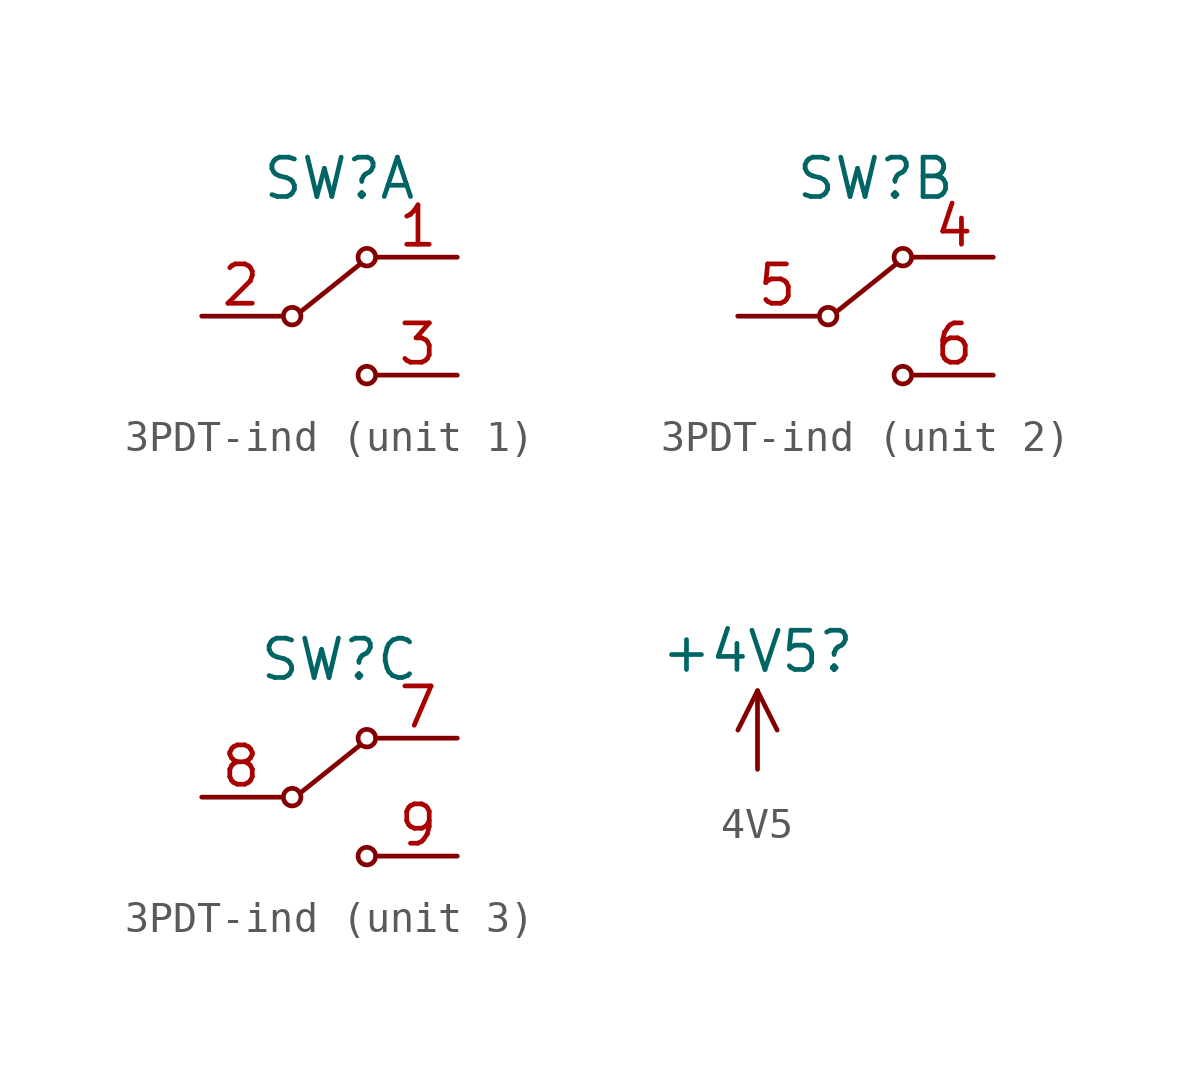
<source format=kicad_sym>
(kicad_symbol_lib
  (version 20220914)
  (generator kicad_symbol_editor)
  (symbol "3PDT-ind"
    (property "Reference" "SW"
      (at 0 0 0)
      (effects (font (size 1.27 1.27))))
    (property "Value" ""
      (at 0 0 0)
      (effects (font (size 1.27 1.27))))
    (property "ki_locked" ""
      (at 0 0 0)
      (effects (font (size 1.27 1.27))))
    (symbol "3PDT-ind_0_1"
      (circle (center -1.524 -4.445) (radius 0.284) (stroke (width 0) (type default)) (fill (type none)))
      (polyline (pts (xy -1.27 -4.318) (xy 0.635 -2.794)) (stroke (width 0) (type default)) (fill (type none)))
      (circle (center 0.889 -6.35) (radius 0.284) (stroke (width 0) (type default)) (fill (type none)))
      (circle (center 0.889 -2.54) (radius 0.284) (stroke (width 0) (type default)) (fill (type none))))
    (symbol "3PDT-ind_1_1"
      (pin input line (at 3.81 -2.54 180) (length 2.54) (name "" (effects (font (size 1.27 1.27)))) (number "1" (effects (font (size 1.27 1.27)))))
      (pin input line (at -4.445 -4.445 0) (length 2.54) (name "" (effects (font (size 1.27 1.27)))) (number "2" (effects (font (size 1.27 1.27)))))
      (pin input line (at 3.81 -6.35 180) (length 2.54) (name "" (effects (font (size 1.27 1.27)))) (number "3" (effects (font (size 1.27 1.27))))))
    (symbol "3PDT-ind_2_1"
      (pin input line (at 3.81 -2.54 180) (length 2.54) (name "" (effects (font (size 1.27 1.27)))) (number "4" (effects (font (size 1.27 1.27)))))
      (pin input line (at -4.445 -4.445 0) (length 2.54) (name "" (effects (font (size 1.27 1.27)))) (number "5" (effects (font (size 1.27 1.27)))))
      (pin input line (at 3.81 -6.35 180) (length 2.54) (name "" (effects (font (size 1.27 1.27)))) (number "6" (effects (font (size 1.27 1.27))))))
    (symbol "3PDT-ind_3_1"
      (pin input line (at 3.81 -2.54 180) (length 2.54) (name "" (effects (font (size 1.27 1.27)))) (number "7" (effects (font (size 1.27 1.27)))))
      (pin input line (at -4.445 -4.445 0) (length 2.54) (name "" (effects (font (size 1.27 1.27)))) (number "8" (effects (font (size 1.27 1.27)))))
      (pin input line (at 3.81 -6.35 180) (length 2.54) (name "" (effects (font (size 1.27 1.27)))) (number "9" (effects (font (size 1.27 1.27)))))))
  (symbol "4V5"
    (power)
    (property "Reference" "+4V5"
      (at 0 0 0)
      (effects (font (size 1.27 1.27))))
    (property "Value" ""
      (at 0 0 0)
      (effects (font (size 1.27 1.27))))
    (symbol "4V5_0_1"
      (polyline (pts (xy 0 -1.27) (xy -0.635 -2.54)) (stroke (width 0) (type default)) (fill (type none)))
      (polyline (pts (xy 0 -1.27) (xy 0.635 -2.54)) (stroke (width 0) (type default)) (fill (type none))))
    (symbol "4V5_1_1"
      (pin power_out line (at 0 -3.81 90) (length 2.54) (name "" (effects (font (size 1.27 1.27)))) (number "" (effects (font (size 1.27 1.27))))))))
</source>
